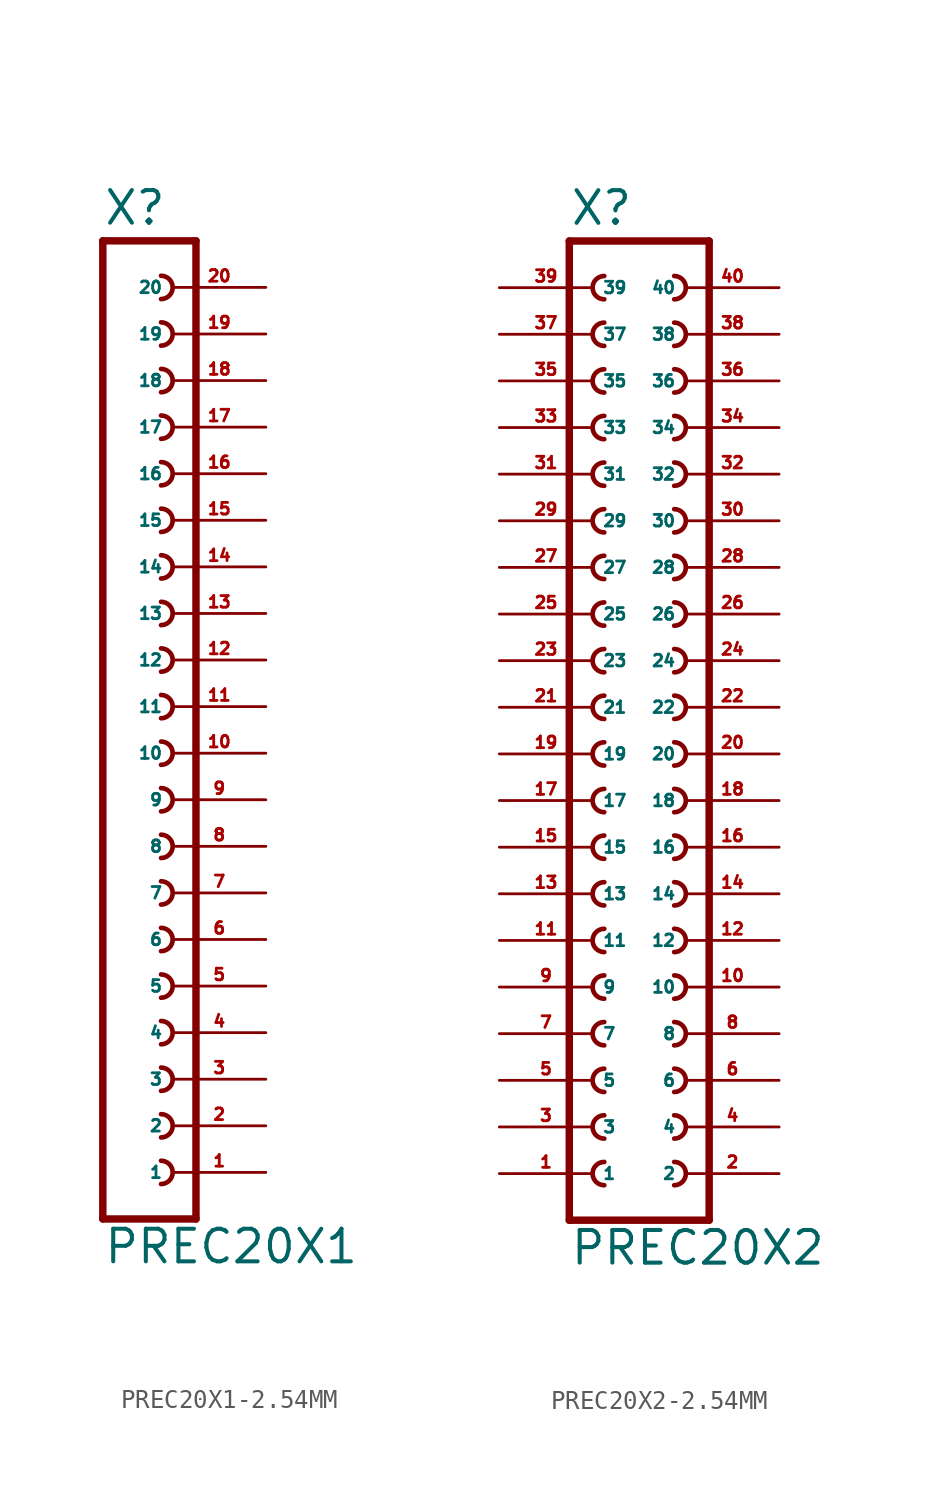
<source format=kicad_sym>
(kicad_symbol_lib
  (version 20220914)
  (generator Eagle2Kicad)
  (symbol "PREC20X1-2.54MM"
    (property "Reference" "X"
      (at -1.27 26.162 0)
      (effects (font (size 1.778 1.778) (thickness 0.22)) (justify left bottom)))
    (property "Value" "PREC20X1"
      (at -1.27 -30.48 0)
      (effects (font (size 1.778 1.778) (thickness 0.22)) (justify left bottom)))
    (polyline
      (pts (xy 3.81 -27.94) (xy -1.27 -27.94))
      (stroke (width 0.406) (type default))
      (fill (type none)))
    (arc
      (start 1.905 -20.955)
      (mid 2.540 -20.320)
      (end 1.905 -19.685)
      (stroke (width 0.254) (type default))
      (fill (type none)))
    (arc
      (start 1.905 -23.495)
      (mid 2.540 -22.860)
      (end 1.905 -22.225)
      (stroke (width 0.254) (type default))
      (fill (type none)))
    (arc
      (start 1.905 -26.035)
      (mid 2.540 -25.400)
      (end 1.905 -24.765)
      (stroke (width 0.254) (type default))
      (fill (type none)))
    (arc
      (start 1.905 -15.875)
      (mid 2.540 -15.240)
      (end 1.905 -14.605)
      (stroke (width 0.254) (type default))
      (fill (type none)))
    (arc
      (start 1.905 -18.415)
      (mid 2.540 -17.780)
      (end 1.905 -17.145)
      (stroke (width 0.254) (type default))
      (fill (type none)))
    (arc
      (start 1.905 -8.255)
      (mid 2.540 -7.620)
      (end 1.905 -6.985)
      (stroke (width 0.254) (type default))
      (fill (type none)))
    (arc
      (start 1.905 -10.795)
      (mid 2.540 -10.160)
      (end 1.905 -9.525)
      (stroke (width 0.254) (type default))
      (fill (type none)))
    (arc
      (start 1.905 -13.335)
      (mid 2.540 -12.700)
      (end 1.905 -12.065)
      (stroke (width 0.254) (type default))
      (fill (type none)))
    (arc
      (start 1.905 -3.175)
      (mid 2.540 -2.540)
      (end 1.905 -1.905)
      (stroke (width 0.254) (type default))
      (fill (type none)))
    (arc
      (start 1.905 -5.715)
      (mid 2.540 -5.080)
      (end 1.905 -4.445)
      (stroke (width 0.254) (type default))
      (fill (type none)))
    (arc
      (start 1.905 4.445)
      (mid 2.540 5.080)
      (end 1.905 5.715)
      (stroke (width 0.254) (type default))
      (fill (type none)))
    (arc
      (start 1.905 1.905)
      (mid 2.540 2.540)
      (end 1.905 3.175)
      (stroke (width 0.254) (type default))
      (fill (type none)))
    (arc
      (start 1.905 -0.635)
      (mid 2.540 0.000)
      (end 1.905 0.635)
      (stroke (width 0.254) (type default))
      (fill (type none)))
    (arc
      (start 1.905 9.525)
      (mid 2.540 10.160)
      (end 1.905 10.795)
      (stroke (width 0.254) (type default))
      (fill (type none)))
    (arc
      (start 1.905 6.985)
      (mid 2.540 7.620)
      (end 1.905 8.255)
      (stroke (width 0.254) (type default))
      (fill (type none)))
    (arc
      (start 1.905 17.145)
      (mid 2.540 17.780)
      (end 1.905 18.415)
      (stroke (width 0.254) (type default))
      (fill (type none)))
    (arc
      (start 1.905 14.605)
      (mid 2.540 15.240)
      (end 1.905 15.875)
      (stroke (width 0.254) (type default))
      (fill (type none)))
    (arc
      (start 1.905 12.065)
      (mid 2.540 12.700)
      (end 1.905 13.335)
      (stroke (width 0.254) (type default))
      (fill (type none)))
    (polyline
      (pts (xy -1.27 25.4) (xy -1.27 -27.94))
      (stroke (width 0.406) (type default))
      (fill (type none)))
    (polyline
      (pts (xy 3.81 -27.94) (xy 3.81 25.4))
      (stroke (width 0.406) (type default))
      (fill (type none)))
    (polyline
      (pts (xy -1.27 25.4) (xy 3.81 25.4))
      (stroke (width 0.406) (type default))
      (fill (type none)))
    (arc
      (start 1.905 22.225)
      (mid 2.540 22.860)
      (end 1.905 23.495)
      (stroke (width 0.254) (type default))
      (fill (type none)))
    (arc
      (start 1.905 19.685)
      (mid 2.540 20.320)
      (end 1.905 20.955)
      (stroke (width 0.254) (type default))
      (fill (type none)))
    (pin passive line
      (at 7.62 -25.4 180)
      (length 5.08)
      (name "1" (effects (font (size 0.635 0.635) (thickness 0.08)) (justify left bottom)))
      (number "1" (effects (font (size 0.635 0.635) (thickness 0.08)) (justify left bottom))))
    (pin passive line
      (at 7.62 -22.86 180)
      (length 5.08)
      (name "2" (effects (font (size 0.635 0.635) (thickness 0.08)) (justify left bottom)))
      (number "2" (effects (font (size 0.635 0.635) (thickness 0.08)) (justify left bottom))))
    (pin passive line
      (at 7.62 -20.32 180)
      (length 5.08)
      (name "3" (effects (font (size 0.635 0.635) (thickness 0.08)) (justify left bottom)))
      (number "3" (effects (font (size 0.635 0.635) (thickness 0.08)) (justify left bottom))))
    (pin passive line
      (at 7.62 -17.78 180)
      (length 5.08)
      (name "4" (effects (font (size 0.635 0.635) (thickness 0.08)) (justify left bottom)))
      (number "4" (effects (font (size 0.635 0.635) (thickness 0.08)) (justify left bottom))))
    (pin passive line
      (at 7.62 -15.24 180)
      (length 5.08)
      (name "5" (effects (font (size 0.635 0.635) (thickness 0.08)) (justify left bottom)))
      (number "5" (effects (font (size 0.635 0.635) (thickness 0.08)) (justify left bottom))))
    (pin passive line
      (at 7.62 -12.7 180)
      (length 5.08)
      (name "6" (effects (font (size 0.635 0.635) (thickness 0.08)) (justify left bottom)))
      (number "6" (effects (font (size 0.635 0.635) (thickness 0.08)) (justify left bottom))))
    (pin passive line
      (at 7.62 -10.16 180)
      (length 5.08)
      (name "7" (effects (font (size 0.635 0.635) (thickness 0.08)) (justify left bottom)))
      (number "7" (effects (font (size 0.635 0.635) (thickness 0.08)) (justify left bottom))))
    (pin passive line
      (at 7.62 -7.62 180)
      (length 5.08)
      (name "8" (effects (font (size 0.635 0.635) (thickness 0.08)) (justify left bottom)))
      (number "8" (effects (font (size 0.635 0.635) (thickness 0.08)) (justify left bottom))))
    (pin passive line
      (at 7.62 -5.08 180)
      (length 5.08)
      (name "9" (effects (font (size 0.635 0.635) (thickness 0.08)) (justify left bottom)))
      (number "9" (effects (font (size 0.635 0.635) (thickness 0.08)) (justify left bottom))))
    (pin passive line
      (at 7.62 -2.54 180)
      (length 5.08)
      (name "10" (effects (font (size 0.635 0.635) (thickness 0.08)) (justify left bottom)))
      (number "10" (effects (font (size 0.635 0.635) (thickness 0.08)) (justify left bottom))))
    (pin passive line
      (at 7.62 0 180)
      (length 5.08)
      (name "11" (effects (font (size 0.635 0.635) (thickness 0.08)) (justify left bottom)))
      (number "11" (effects (font (size 0.635 0.635) (thickness 0.08)) (justify left bottom))))
    (pin passive line
      (at 7.62 2.54 180)
      (length 5.08)
      (name "12" (effects (font (size 0.635 0.635) (thickness 0.08)) (justify left bottom)))
      (number "12" (effects (font (size 0.635 0.635) (thickness 0.08)) (justify left bottom))))
    (pin passive line
      (at 7.62 5.08 180)
      (length 5.08)
      (name "13" (effects (font (size 0.635 0.635) (thickness 0.08)) (justify left bottom)))
      (number "13" (effects (font (size 0.635 0.635) (thickness 0.08)) (justify left bottom))))
    (pin passive line
      (at 7.62 7.62 180)
      (length 5.08)
      (name "14" (effects (font (size 0.635 0.635) (thickness 0.08)) (justify left bottom)))
      (number "14" (effects (font (size 0.635 0.635) (thickness 0.08)) (justify left bottom))))
    (pin passive line
      (at 7.62 10.16 180)
      (length 5.08)
      (name "15" (effects (font (size 0.635 0.635) (thickness 0.08)) (justify left bottom)))
      (number "15" (effects (font (size 0.635 0.635) (thickness 0.08)) (justify left bottom))))
    (pin passive line
      (at 7.62 12.7 180)
      (length 5.08)
      (name "16" (effects (font (size 0.635 0.635) (thickness 0.08)) (justify left bottom)))
      (number "16" (effects (font (size 0.635 0.635) (thickness 0.08)) (justify left bottom))))
    (pin passive line
      (at 7.62 15.24 180)
      (length 5.08)
      (name "17" (effects (font (size 0.635 0.635) (thickness 0.08)) (justify left bottom)))
      (number "17" (effects (font (size 0.635 0.635) (thickness 0.08)) (justify left bottom))))
    (pin passive line
      (at 7.62 17.78 180)
      (length 5.08)
      (name "18" (effects (font (size 0.635 0.635) (thickness 0.08)) (justify left bottom)))
      (number "18" (effects (font (size 0.635 0.635) (thickness 0.08)) (justify left bottom))))
    (pin passive line
      (at 7.62 20.32 180)
      (length 5.08)
      (name "19" (effects (font (size 0.635 0.635) (thickness 0.08)) (justify left bottom)))
      (number "19" (effects (font (size 0.635 0.635) (thickness 0.08)) (justify left bottom))))
    (pin passive line
      (at 7.62 22.86 180)
      (length 5.08)
      (name "20" (effects (font (size 0.635 0.635) (thickness 0.08)) (justify left bottom)))
      (number "20" (effects (font (size 0.635 0.635) (thickness 0.08)) (justify left bottom)))))
  (symbol "PREC20X2-2.54MM"
    (property "Reference" "X"
      (at -3.81 26.162 0)
      (effects (font (size 1.778 1.778) (thickness 0.22)) (justify left bottom)))
    (property "Value" "PREC20X2"
      (at -3.81 -30.48 0)
      (effects (font (size 1.778 1.778) (thickness 0.22)) (justify left bottom)))
    (polyline
      (pts (xy 3.81 -27.94) (xy -3.81 -27.94))
      (stroke (width 0.406) (type default))
      (fill (type none)))
    (arc
      (start -1.905 -19.685)
      (mid -2.540 -20.320)
      (end -1.905 -20.955)
      (stroke (width 0.254) (type default))
      (fill (type none)))
    (arc
      (start -1.905 -22.225)
      (mid -2.540 -22.860)
      (end -1.905 -23.495)
      (stroke (width 0.254) (type default))
      (fill (type none)))
    (arc
      (start -1.905 -24.765)
      (mid -2.540 -25.400)
      (end -1.905 -26.035)
      (stroke (width 0.254) (type default))
      (fill (type none)))
    (arc
      (start 1.905 -20.955)
      (mid 2.540 -20.320)
      (end 1.905 -19.685)
      (stroke (width 0.254) (type default))
      (fill (type none)))
    (arc
      (start 1.905 -23.495)
      (mid 2.540 -22.860)
      (end 1.905 -22.225)
      (stroke (width 0.254) (type default))
      (fill (type none)))
    (arc
      (start 1.905 -26.035)
      (mid 2.540 -25.400)
      (end 1.905 -24.765)
      (stroke (width 0.254) (type default))
      (fill (type none)))
    (arc
      (start -1.905 -14.605)
      (mid -2.540 -15.240)
      (end -1.905 -15.875)
      (stroke (width 0.254) (type default))
      (fill (type none)))
    (arc
      (start -1.905 -17.145)
      (mid -2.540 -17.780)
      (end -1.905 -18.415)
      (stroke (width 0.254) (type default))
      (fill (type none)))
    (arc
      (start 1.905 -15.875)
      (mid 2.540 -15.240)
      (end 1.905 -14.605)
      (stroke (width 0.254) (type default))
      (fill (type none)))
    (arc
      (start 1.905 -18.415)
      (mid 2.540 -17.780)
      (end 1.905 -17.145)
      (stroke (width 0.254) (type default))
      (fill (type none)))
    (arc
      (start -1.905 -6.985)
      (mid -2.540 -7.620)
      (end -1.905 -8.255)
      (stroke (width 0.254) (type default))
      (fill (type none)))
    (arc
      (start -1.905 -9.525)
      (mid -2.540 -10.160)
      (end -1.905 -10.795)
      (stroke (width 0.254) (type default))
      (fill (type none)))
    (arc
      (start -1.905 -12.065)
      (mid -2.540 -12.700)
      (end -1.905 -13.335)
      (stroke (width 0.254) (type default))
      (fill (type none)))
    (arc
      (start 1.905 -8.255)
      (mid 2.540 -7.620)
      (end 1.905 -6.985)
      (stroke (width 0.254) (type default))
      (fill (type none)))
    (arc
      (start 1.905 -10.795)
      (mid 2.540 -10.160)
      (end 1.905 -9.525)
      (stroke (width 0.254) (type default))
      (fill (type none)))
    (arc
      (start 1.905 -13.335)
      (mid 2.540 -12.700)
      (end 1.905 -12.065)
      (stroke (width 0.254) (type default))
      (fill (type none)))
    (arc
      (start -1.905 -1.905)
      (mid -2.540 -2.540)
      (end -1.905 -3.175)
      (stroke (width 0.254) (type default))
      (fill (type none)))
    (arc
      (start -1.905 -4.445)
      (mid -2.540 -5.080)
      (end -1.905 -5.715)
      (stroke (width 0.254) (type default))
      (fill (type none)))
    (arc
      (start 1.905 -3.175)
      (mid 2.540 -2.540)
      (end 1.905 -1.905)
      (stroke (width 0.254) (type default))
      (fill (type none)))
    (arc
      (start 1.905 -5.715)
      (mid 2.540 -5.080)
      (end 1.905 -4.445)
      (stroke (width 0.254) (type default))
      (fill (type none)))
    (arc
      (start -1.905 5.715)
      (mid -2.540 5.080)
      (end -1.905 4.445)
      (stroke (width 0.254) (type default))
      (fill (type none)))
    (arc
      (start -1.905 3.175)
      (mid -2.540 2.540)
      (end -1.905 1.905)
      (stroke (width 0.254) (type default))
      (fill (type none)))
    (arc
      (start -1.905 0.635)
      (mid -2.540 0.000)
      (end -1.905 -0.635)
      (stroke (width 0.254) (type default))
      (fill (type none)))
    (arc
      (start 1.905 4.445)
      (mid 2.540 5.080)
      (end 1.905 5.715)
      (stroke (width 0.254) (type default))
      (fill (type none)))
    (arc
      (start 1.905 1.905)
      (mid 2.540 2.540)
      (end 1.905 3.175)
      (stroke (width 0.254) (type default))
      (fill (type none)))
    (arc
      (start 1.905 -0.635)
      (mid 2.540 0.000)
      (end 1.905 0.635)
      (stroke (width 0.254) (type default))
      (fill (type none)))
    (arc
      (start -1.905 10.795)
      (mid -2.540 10.160)
      (end -1.905 9.525)
      (stroke (width 0.254) (type default))
      (fill (type none)))
    (arc
      (start -1.905 8.255)
      (mid -2.540 7.620)
      (end -1.905 6.985)
      (stroke (width 0.254) (type default))
      (fill (type none)))
    (arc
      (start 1.905 9.525)
      (mid 2.540 10.160)
      (end 1.905 10.795)
      (stroke (width 0.254) (type default))
      (fill (type none)))
    (arc
      (start 1.905 6.985)
      (mid 2.540 7.620)
      (end 1.905 8.255)
      (stroke (width 0.254) (type default))
      (fill (type none)))
    (arc
      (start -1.905 15.875)
      (mid -2.540 15.240)
      (end -1.905 14.605)
      (stroke (width 0.254) (type default))
      (fill (type none)))
    (arc
      (start -1.905 13.335)
      (mid -2.540 12.700)
      (end -1.905 12.065)
      (stroke (width 0.254) (type default))
      (fill (type none)))
    (arc
      (start 1.905 14.605)
      (mid 2.540 15.240)
      (end 1.905 15.875)
      (stroke (width 0.254) (type default))
      (fill (type none)))
    (arc
      (start 1.905 12.065)
      (mid 2.540 12.700)
      (end 1.905 13.335)
      (stroke (width 0.254) (type default))
      (fill (type none)))
    (arc
      (start -1.905 23.495)
      (mid -2.540 22.860)
      (end -1.905 22.225)
      (stroke (width 0.254) (type default))
      (fill (type none)))
    (arc
      (start -1.905 20.955)
      (mid -2.540 20.320)
      (end -1.905 19.685)
      (stroke (width 0.254) (type default))
      (fill (type none)))
    (arc
      (start -1.905 18.415)
      (mid -2.540 17.780)
      (end -1.905 17.145)
      (stroke (width 0.254) (type default))
      (fill (type none)))
    (arc
      (start 1.905 22.225)
      (mid 2.540 22.860)
      (end 1.905 23.495)
      (stroke (width 0.254) (type default))
      (fill (type none)))
    (arc
      (start 1.905 19.685)
      (mid 2.540 20.320)
      (end 1.905 20.955)
      (stroke (width 0.254) (type default))
      (fill (type none)))
    (arc
      (start 1.905 17.145)
      (mid 2.540 17.780)
      (end 1.905 18.415)
      (stroke (width 0.254) (type default))
      (fill (type none)))
    (polyline
      (pts (xy -3.81 25.4) (xy -3.81 -27.94))
      (stroke (width 0.406) (type default))
      (fill (type none)))
    (polyline
      (pts (xy 3.81 -27.94) (xy 3.81 25.4))
      (stroke (width 0.406) (type default))
      (fill (type none)))
    (polyline
      (pts (xy -3.81 25.4) (xy 3.81 25.4))
      (stroke (width 0.406) (type default))
      (fill (type none)))
    (pin passive line
      (at -7.62 -25.4 0)
      (length 5.08)
      (name "1" (effects (font (size 0.635 0.635) (thickness 0.08)) (justify left bottom)))
      (number "1" (effects (font (size 0.635 0.635) (thickness 0.08)) (justify left bottom))))
    (pin passive line
      (at -7.62 -22.86 0)
      (length 5.08)
      (name "3" (effects (font (size 0.635 0.635) (thickness 0.08)) (justify left bottom)))
      (number "3" (effects (font (size 0.635 0.635) (thickness 0.08)) (justify left bottom))))
    (pin passive line
      (at -7.62 -20.32 0)
      (length 5.08)
      (name "5" (effects (font (size 0.635 0.635) (thickness 0.08)) (justify left bottom)))
      (number "5" (effects (font (size 0.635 0.635) (thickness 0.08)) (justify left bottom))))
    (pin passive line
      (at 7.62 -25.4 180)
      (length 5.08)
      (name "2" (effects (font (size 0.635 0.635) (thickness 0.08)) (justify left bottom)))
      (number "2" (effects (font (size 0.635 0.635) (thickness 0.08)) (justify left bottom))))
    (pin passive line
      (at 7.62 -22.86 180)
      (length 5.08)
      (name "4" (effects (font (size 0.635 0.635) (thickness 0.08)) (justify left bottom)))
      (number "4" (effects (font (size 0.635 0.635) (thickness 0.08)) (justify left bottom))))
    (pin passive line
      (at 7.62 -20.32 180)
      (length 5.08)
      (name "6" (effects (font (size 0.635 0.635) (thickness 0.08)) (justify left bottom)))
      (number "6" (effects (font (size 0.635 0.635) (thickness 0.08)) (justify left bottom))))
    (pin passive line
      (at -7.62 -17.78 0)
      (length 5.08)
      (name "7" (effects (font (size 0.635 0.635) (thickness 0.08)) (justify left bottom)))
      (number "7" (effects (font (size 0.635 0.635) (thickness 0.08)) (justify left bottom))))
    (pin passive line
      (at -7.62 -15.24 0)
      (length 5.08)
      (name "9" (effects (font (size 0.635 0.635) (thickness 0.08)) (justify left bottom)))
      (number "9" (effects (font (size 0.635 0.635) (thickness 0.08)) (justify left bottom))))
    (pin passive line
      (at 7.62 -17.78 180)
      (length 5.08)
      (name "8" (effects (font (size 0.635 0.635) (thickness 0.08)) (justify left bottom)))
      (number "8" (effects (font (size 0.635 0.635) (thickness 0.08)) (justify left bottom))))
    (pin passive line
      (at 7.62 -15.24 180)
      (length 5.08)
      (name "10" (effects (font (size 0.635 0.635) (thickness 0.08)) (justify left bottom)))
      (number "10" (effects (font (size 0.635 0.635) (thickness 0.08)) (justify left bottom))))
    (pin passive line
      (at -7.62 -12.7 0)
      (length 5.08)
      (name "11" (effects (font (size 0.635 0.635) (thickness 0.08)) (justify left bottom)))
      (number "11" (effects (font (size 0.635 0.635) (thickness 0.08)) (justify left bottom))))
    (pin passive line
      (at -7.62 -10.16 0)
      (length 5.08)
      (name "13" (effects (font (size 0.635 0.635) (thickness 0.08)) (justify left bottom)))
      (number "13" (effects (font (size 0.635 0.635) (thickness 0.08)) (justify left bottom))))
    (pin passive line
      (at -7.62 -7.62 0)
      (length 5.08)
      (name "15" (effects (font (size 0.635 0.635) (thickness 0.08)) (justify left bottom)))
      (number "15" (effects (font (size 0.635 0.635) (thickness 0.08)) (justify left bottom))))
    (pin passive line
      (at 7.62 -12.7 180)
      (length 5.08)
      (name "12" (effects (font (size 0.635 0.635) (thickness 0.08)) (justify left bottom)))
      (number "12" (effects (font (size 0.635 0.635) (thickness 0.08)) (justify left bottom))))
    (pin passive line
      (at 7.62 -10.16 180)
      (length 5.08)
      (name "14" (effects (font (size 0.635 0.635) (thickness 0.08)) (justify left bottom)))
      (number "14" (effects (font (size 0.635 0.635) (thickness 0.08)) (justify left bottom))))
    (pin passive line
      (at 7.62 -7.62 180)
      (length 5.08)
      (name "16" (effects (font (size 0.635 0.635) (thickness 0.08)) (justify left bottom)))
      (number "16" (effects (font (size 0.635 0.635) (thickness 0.08)) (justify left bottom))))
    (pin passive line
      (at -7.62 -5.08 0)
      (length 5.08)
      (name "17" (effects (font (size 0.635 0.635) (thickness 0.08)) (justify left bottom)))
      (number "17" (effects (font (size 0.635 0.635) (thickness 0.08)) (justify left bottom))))
    (pin passive line
      (at -7.62 -2.54 0)
      (length 5.08)
      (name "19" (effects (font (size 0.635 0.635) (thickness 0.08)) (justify left bottom)))
      (number "19" (effects (font (size 0.635 0.635) (thickness 0.08)) (justify left bottom))))
    (pin passive line
      (at 7.62 -5.08 180)
      (length 5.08)
      (name "18" (effects (font (size 0.635 0.635) (thickness 0.08)) (justify left bottom)))
      (number "18" (effects (font (size 0.635 0.635) (thickness 0.08)) (justify left bottom))))
    (pin passive line
      (at 7.62 -2.54 180)
      (length 5.08)
      (name "20" (effects (font (size 0.635 0.635) (thickness 0.08)) (justify left bottom)))
      (number "20" (effects (font (size 0.635 0.635) (thickness 0.08)) (justify left bottom))))
    (pin passive line
      (at -7.62 0 0)
      (length 5.08)
      (name "21" (effects (font (size 0.635 0.635) (thickness 0.08)) (justify left bottom)))
      (number "21" (effects (font (size 0.635 0.635) (thickness 0.08)) (justify left bottom))))
    (pin passive line
      (at -7.62 2.54 0)
      (length 5.08)
      (name "23" (effects (font (size 0.635 0.635) (thickness 0.08)) (justify left bottom)))
      (number "23" (effects (font (size 0.635 0.635) (thickness 0.08)) (justify left bottom))))
    (pin passive line
      (at -7.62 5.08 0)
      (length 5.08)
      (name "25" (effects (font (size 0.635 0.635) (thickness 0.08)) (justify left bottom)))
      (number "25" (effects (font (size 0.635 0.635) (thickness 0.08)) (justify left bottom))))
    (pin passive line
      (at 7.62 0 180)
      (length 5.08)
      (name "22" (effects (font (size 0.635 0.635) (thickness 0.08)) (justify left bottom)))
      (number "22" (effects (font (size 0.635 0.635) (thickness 0.08)) (justify left bottom))))
    (pin passive line
      (at 7.62 2.54 180)
      (length 5.08)
      (name "24" (effects (font (size 0.635 0.635) (thickness 0.08)) (justify left bottom)))
      (number "24" (effects (font (size 0.635 0.635) (thickness 0.08)) (justify left bottom))))
    (pin passive line
      (at 7.62 5.08 180)
      (length 5.08)
      (name "26" (effects (font (size 0.635 0.635) (thickness 0.08)) (justify left bottom)))
      (number "26" (effects (font (size 0.635 0.635) (thickness 0.08)) (justify left bottom))))
    (pin passive line
      (at -7.62 7.62 0)
      (length 5.08)
      (name "27" (effects (font (size 0.635 0.635) (thickness 0.08)) (justify left bottom)))
      (number "27" (effects (font (size 0.635 0.635) (thickness 0.08)) (justify left bottom))))
    (pin passive line
      (at -7.62 10.16 0)
      (length 5.08)
      (name "29" (effects (font (size 0.635 0.635) (thickness 0.08)) (justify left bottom)))
      (number "29" (effects (font (size 0.635 0.635) (thickness 0.08)) (justify left bottom))))
    (pin passive line
      (at 7.62 7.62 180)
      (length 5.08)
      (name "28" (effects (font (size 0.635 0.635) (thickness 0.08)) (justify left bottom)))
      (number "28" (effects (font (size 0.635 0.635) (thickness 0.08)) (justify left bottom))))
    (pin passive line
      (at 7.62 10.16 180)
      (length 5.08)
      (name "30" (effects (font (size 0.635 0.635) (thickness 0.08)) (justify left bottom)))
      (number "30" (effects (font (size 0.635 0.635) (thickness 0.08)) (justify left bottom))))
    (pin passive line
      (at -7.62 12.7 0)
      (length 5.08)
      (name "31" (effects (font (size 0.635 0.635) (thickness 0.08)) (justify left bottom)))
      (number "31" (effects (font (size 0.635 0.635) (thickness 0.08)) (justify left bottom))))
    (pin passive line
      (at -7.62 15.24 0)
      (length 5.08)
      (name "33" (effects (font (size 0.635 0.635) (thickness 0.08)) (justify left bottom)))
      (number "33" (effects (font (size 0.635 0.635) (thickness 0.08)) (justify left bottom))))
    (pin passive line
      (at 7.62 12.7 180)
      (length 5.08)
      (name "32" (effects (font (size 0.635 0.635) (thickness 0.08)) (justify left bottom)))
      (number "32" (effects (font (size 0.635 0.635) (thickness 0.08)) (justify left bottom))))
    (pin passive line
      (at 7.62 15.24 180)
      (length 5.08)
      (name "34" (effects (font (size 0.635 0.635) (thickness 0.08)) (justify left bottom)))
      (number "34" (effects (font (size 0.635 0.635) (thickness 0.08)) (justify left bottom))))
    (pin passive line
      (at -7.62 17.78 0)
      (length 5.08)
      (name "35" (effects (font (size 0.635 0.635) (thickness 0.08)) (justify left bottom)))
      (number "35" (effects (font (size 0.635 0.635) (thickness 0.08)) (justify left bottom))))
    (pin passive line
      (at -7.62 20.32 0)
      (length 5.08)
      (name "37" (effects (font (size 0.635 0.635) (thickness 0.08)) (justify left bottom)))
      (number "37" (effects (font (size 0.635 0.635) (thickness 0.08)) (justify left bottom))))
    (pin passive line
      (at -7.62 22.86 0)
      (length 5.08)
      (name "39" (effects (font (size 0.635 0.635) (thickness 0.08)) (justify left bottom)))
      (number "39" (effects (font (size 0.635 0.635) (thickness 0.08)) (justify left bottom))))
    (pin passive line
      (at 7.62 17.78 180)
      (length 5.08)
      (name "36" (effects (font (size 0.635 0.635) (thickness 0.08)) (justify left bottom)))
      (number "36" (effects (font (size 0.635 0.635) (thickness 0.08)) (justify left bottom))))
    (pin passive line
      (at 7.62 20.32 180)
      (length 5.08)
      (name "38" (effects (font (size 0.635 0.635) (thickness 0.08)) (justify left bottom)))
      (number "38" (effects (font (size 0.635 0.635) (thickness 0.08)) (justify left bottom))))
    (pin passive line
      (at 7.62 22.86 180)
      (length 5.08)
      (name "40" (effects (font (size 0.635 0.635) (thickness 0.08)) (justify left bottom)))
      (number "40" (effects (font (size 0.635 0.635) (thickness 0.08)) (justify left bottom))))))
</source>
